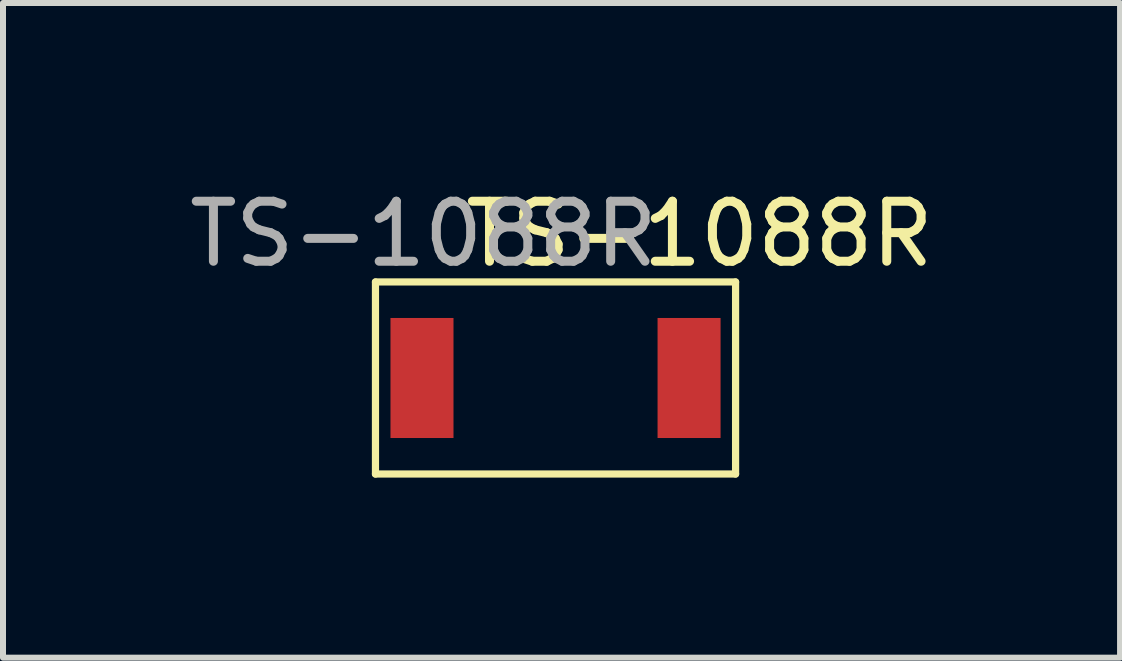
<source format=kicad_pcb>
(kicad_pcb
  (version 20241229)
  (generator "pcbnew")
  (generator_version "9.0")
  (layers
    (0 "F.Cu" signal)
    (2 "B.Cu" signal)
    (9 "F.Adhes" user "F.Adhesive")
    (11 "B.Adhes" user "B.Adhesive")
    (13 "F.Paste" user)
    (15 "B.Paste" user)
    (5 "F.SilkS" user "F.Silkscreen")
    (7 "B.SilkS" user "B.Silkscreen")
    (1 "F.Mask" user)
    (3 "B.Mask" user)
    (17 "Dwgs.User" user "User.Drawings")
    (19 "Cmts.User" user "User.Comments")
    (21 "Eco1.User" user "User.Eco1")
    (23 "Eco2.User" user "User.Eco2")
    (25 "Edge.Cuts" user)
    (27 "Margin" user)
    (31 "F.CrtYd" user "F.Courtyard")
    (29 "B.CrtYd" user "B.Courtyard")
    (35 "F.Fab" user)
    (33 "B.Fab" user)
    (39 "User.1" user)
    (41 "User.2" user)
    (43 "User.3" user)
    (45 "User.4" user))
  (footprint "TS-1088R"
    (layer "F.Cu")
    (at 6.206 3.248)
    (property "Reference" "TS-1088R" (at 2.4 -2.4 0) (unlocked yes) (layer "F.SilkS") (effects (font (size 1 1) (thickness 0.15))))
    (attr smd)
    (fp_line (start -3 1.6) (end -3 -1.6) (stroke (width 0.12) (type solid)) (layer "F.SilkS"))
    (fp_line (start -3 1.6) (end 3 1.6) (stroke (width 0.12) (type solid)) (layer "F.SilkS"))
    (fp_line (start 3 -1.6) (end -3 -1.6) (stroke (width 0.12) (type solid)) (layer "F.SilkS"))
    (fp_line (start 3 1.6) (end 3 -1.6) (stroke (width 0.12) (type solid)) (layer "F.SilkS"))
    (fp_text user "${REFERENCE}" (at -2.2 -2.4 0) (unlocked yes) (layer "F.Fab") (effects (font (size 1 1) (thickness 0.15))))
    (pad "1" smd rect (at -2.225 0) (size 1.05 2) (layers "F.Cu" "F.Mask" "F.Paste"))
    (pad "2" smd rect (at 2.225 0) (size 1.05 2) (layers "F.Cu" "F.Mask" "F.Paste")))
  (gr_rect
    (start -3 -3)
    (end 15.612 7.908)
    (stroke (width 0.1) (type default))
    (fill no)
    (layer "Edge.Cuts")))
</source>
